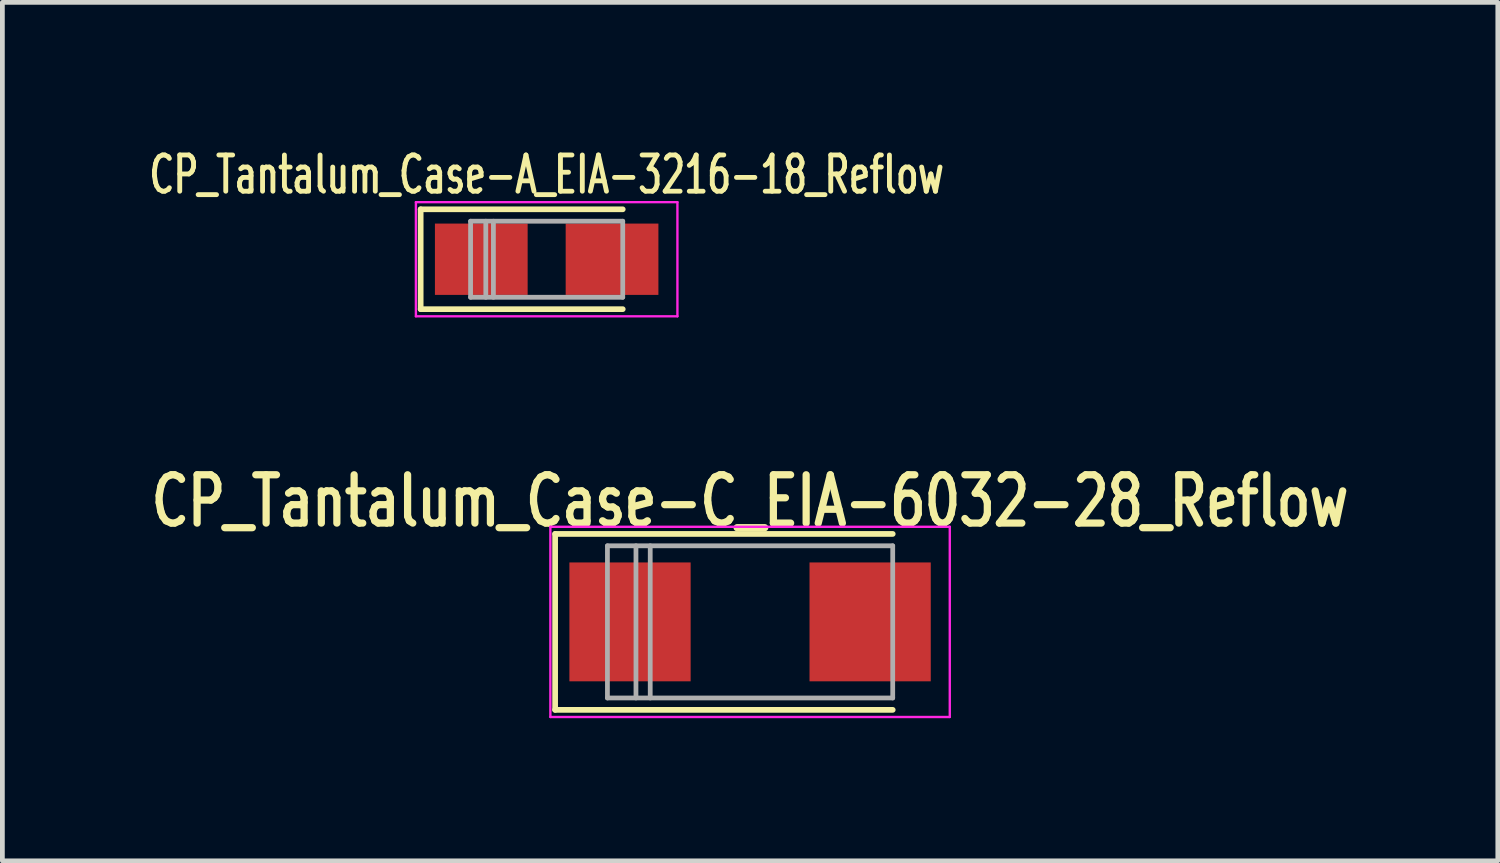
<source format=kicad_pcb>
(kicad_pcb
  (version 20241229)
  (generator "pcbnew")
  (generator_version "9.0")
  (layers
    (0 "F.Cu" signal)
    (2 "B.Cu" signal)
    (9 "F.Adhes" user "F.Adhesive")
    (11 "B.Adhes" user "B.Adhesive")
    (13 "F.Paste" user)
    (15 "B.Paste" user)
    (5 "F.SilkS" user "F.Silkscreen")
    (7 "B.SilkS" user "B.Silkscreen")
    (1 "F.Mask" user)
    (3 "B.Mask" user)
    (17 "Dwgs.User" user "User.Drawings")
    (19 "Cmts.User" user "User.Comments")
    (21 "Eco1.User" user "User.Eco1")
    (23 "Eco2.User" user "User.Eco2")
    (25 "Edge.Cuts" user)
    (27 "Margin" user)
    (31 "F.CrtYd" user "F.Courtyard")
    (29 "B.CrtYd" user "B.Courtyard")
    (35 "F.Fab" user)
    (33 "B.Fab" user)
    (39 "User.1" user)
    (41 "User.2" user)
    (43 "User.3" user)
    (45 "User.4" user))
  (footprint "CP_Tantalum_Case-A_EIA-3216-18_Reflow"
    (layer "F.Cu")
    (at 8.447 2.402)
    (property "Reference" "CP_Tantalum_Case-A_EIA-3216-18_Reflow" (at 0 -1.778 0) (layer "F.SilkS") (effects (font (size 0.762 0.508) (thickness 0.102))))
    (attr smd)
    (fp_line (start -2.65 -1.05) (end -2.65 1.05) (stroke (width 0.12) (type solid)) (layer "F.SilkS"))
    (fp_line (start -2.65 -1.05) (end 1.6 -1.05) (stroke (width 0.12) (type solid)) (layer "F.SilkS"))
    (fp_line (start -2.65 1.05) (end 1.6 1.05) (stroke (width 0.12) (type solid)) (layer "F.SilkS"))
    (fp_line (start -2.75 -1.2) (end -2.75 1.2) (stroke (width 0.05) (type solid)) (layer "F.CrtYd"))
    (fp_line (start -2.75 1.2) (end 2.75 1.2) (stroke (width 0.05) (type solid)) (layer "F.CrtYd"))
    (fp_line (start 2.75 -1.2) (end -2.75 -1.2) (stroke (width 0.05) (type solid)) (layer "F.CrtYd"))
    (fp_line (start 2.75 1.2) (end 2.75 -1.2) (stroke (width 0.05) (type solid)) (layer "F.CrtYd"))
    (fp_line (start -1.6 -0.8) (end -1.6 0.8) (stroke (width 0.1) (type solid)) (layer "F.Fab"))
    (fp_line (start -1.6 0.8) (end 1.6 0.8) (stroke (width 0.1) (type solid)) (layer "F.Fab"))
    (fp_line (start -1.28 -0.8) (end -1.28 0.8) (stroke (width 0.1) (type solid)) (layer "F.Fab"))
    (fp_line (start -1.12 -0.8) (end -1.12 0.8) (stroke (width 0.1) (type solid)) (layer "F.Fab"))
    (fp_line (start 1.6 -0.8) (end -1.6 -0.8) (stroke (width 0.1) (type solid)) (layer "F.Fab"))
    (fp_line (start 1.6 0.8) (end 1.6 -0.8) (stroke (width 0.1) (type solid)) (layer "F.Fab"))
    (pad "1" smd rect (at -1.375 0) (size 1.95 1.5) (layers "F.Cu" "F.Mask" "F.Paste"))
    (pad "2" smd rect (at 1.375 0) (size 1.95 1.5) (layers "F.Cu" "F.Mask" "F.Paste")))
  (footprint "CP_Tantalum_Case-C_EIA-6032-28_Reflow"
    (layer "F.Cu")
    (at 12.725 10.029)
    (property "Reference" "CP_Tantalum_Case-C_EIA-6032-28_Reflow" (at 0 -2.54 0) (layer "F.SilkS") (effects (font (size 1.016 0.762) (thickness 0.152))))
    (attr smd)
    (fp_line (start -4.1 -1.85) (end -4.1 1.85) (stroke (width 0.12) (type solid)) (layer "F.SilkS"))
    (fp_line (start -4.1 -1.85) (end 3 -1.85) (stroke (width 0.12) (type solid)) (layer "F.SilkS"))
    (fp_line (start -4.1 1.85) (end 3 1.85) (stroke (width 0.12) (type solid)) (layer "F.SilkS"))
    (fp_line (start -4.2 -2) (end -4.2 2) (stroke (width 0.05) (type solid)) (layer "F.CrtYd"))
    (fp_line (start -4.2 2) (end 4.2 2) (stroke (width 0.05) (type solid)) (layer "F.CrtYd"))
    (fp_line (start 4.2 -2) (end -4.2 -2) (stroke (width 0.05) (type solid)) (layer "F.CrtYd"))
    (fp_line (start 4.2 2) (end 4.2 -2) (stroke (width 0.05) (type solid)) (layer "F.CrtYd"))
    (fp_line (start -3 -1.6) (end -3 1.6) (stroke (width 0.1) (type solid)) (layer "F.Fab"))
    (fp_line (start -3 1.6) (end 3 1.6) (stroke (width 0.1) (type solid)) (layer "F.Fab"))
    (fp_line (start -2.4 -1.6) (end -2.4 1.6) (stroke (width 0.1) (type solid)) (layer "F.Fab"))
    (fp_line (start -2.1 -1.6) (end -2.1 1.6) (stroke (width 0.1) (type solid)) (layer "F.Fab"))
    (fp_line (start 3 -1.6) (end -3 -1.6) (stroke (width 0.1) (type solid)) (layer "F.Fab"))
    (fp_line (start 3 1.6) (end 3 -1.6) (stroke (width 0.1) (type solid)) (layer "F.Fab"))
    (pad "1" smd rect (at -2.525 0) (size 2.55 2.5) (layers "F.Cu" "F.Mask" "F.Paste"))
    (pad "2" smd rect (at 2.525 0) (size 2.55 2.5) (layers "F.Cu" "F.Mask" "F.Paste")))
  (gr_rect
    (start -3 -3)
    (end 28.451 15.054)
    (stroke (width 0.1) (type default))
    (fill no)
    (layer "Edge.Cuts")))
</source>
